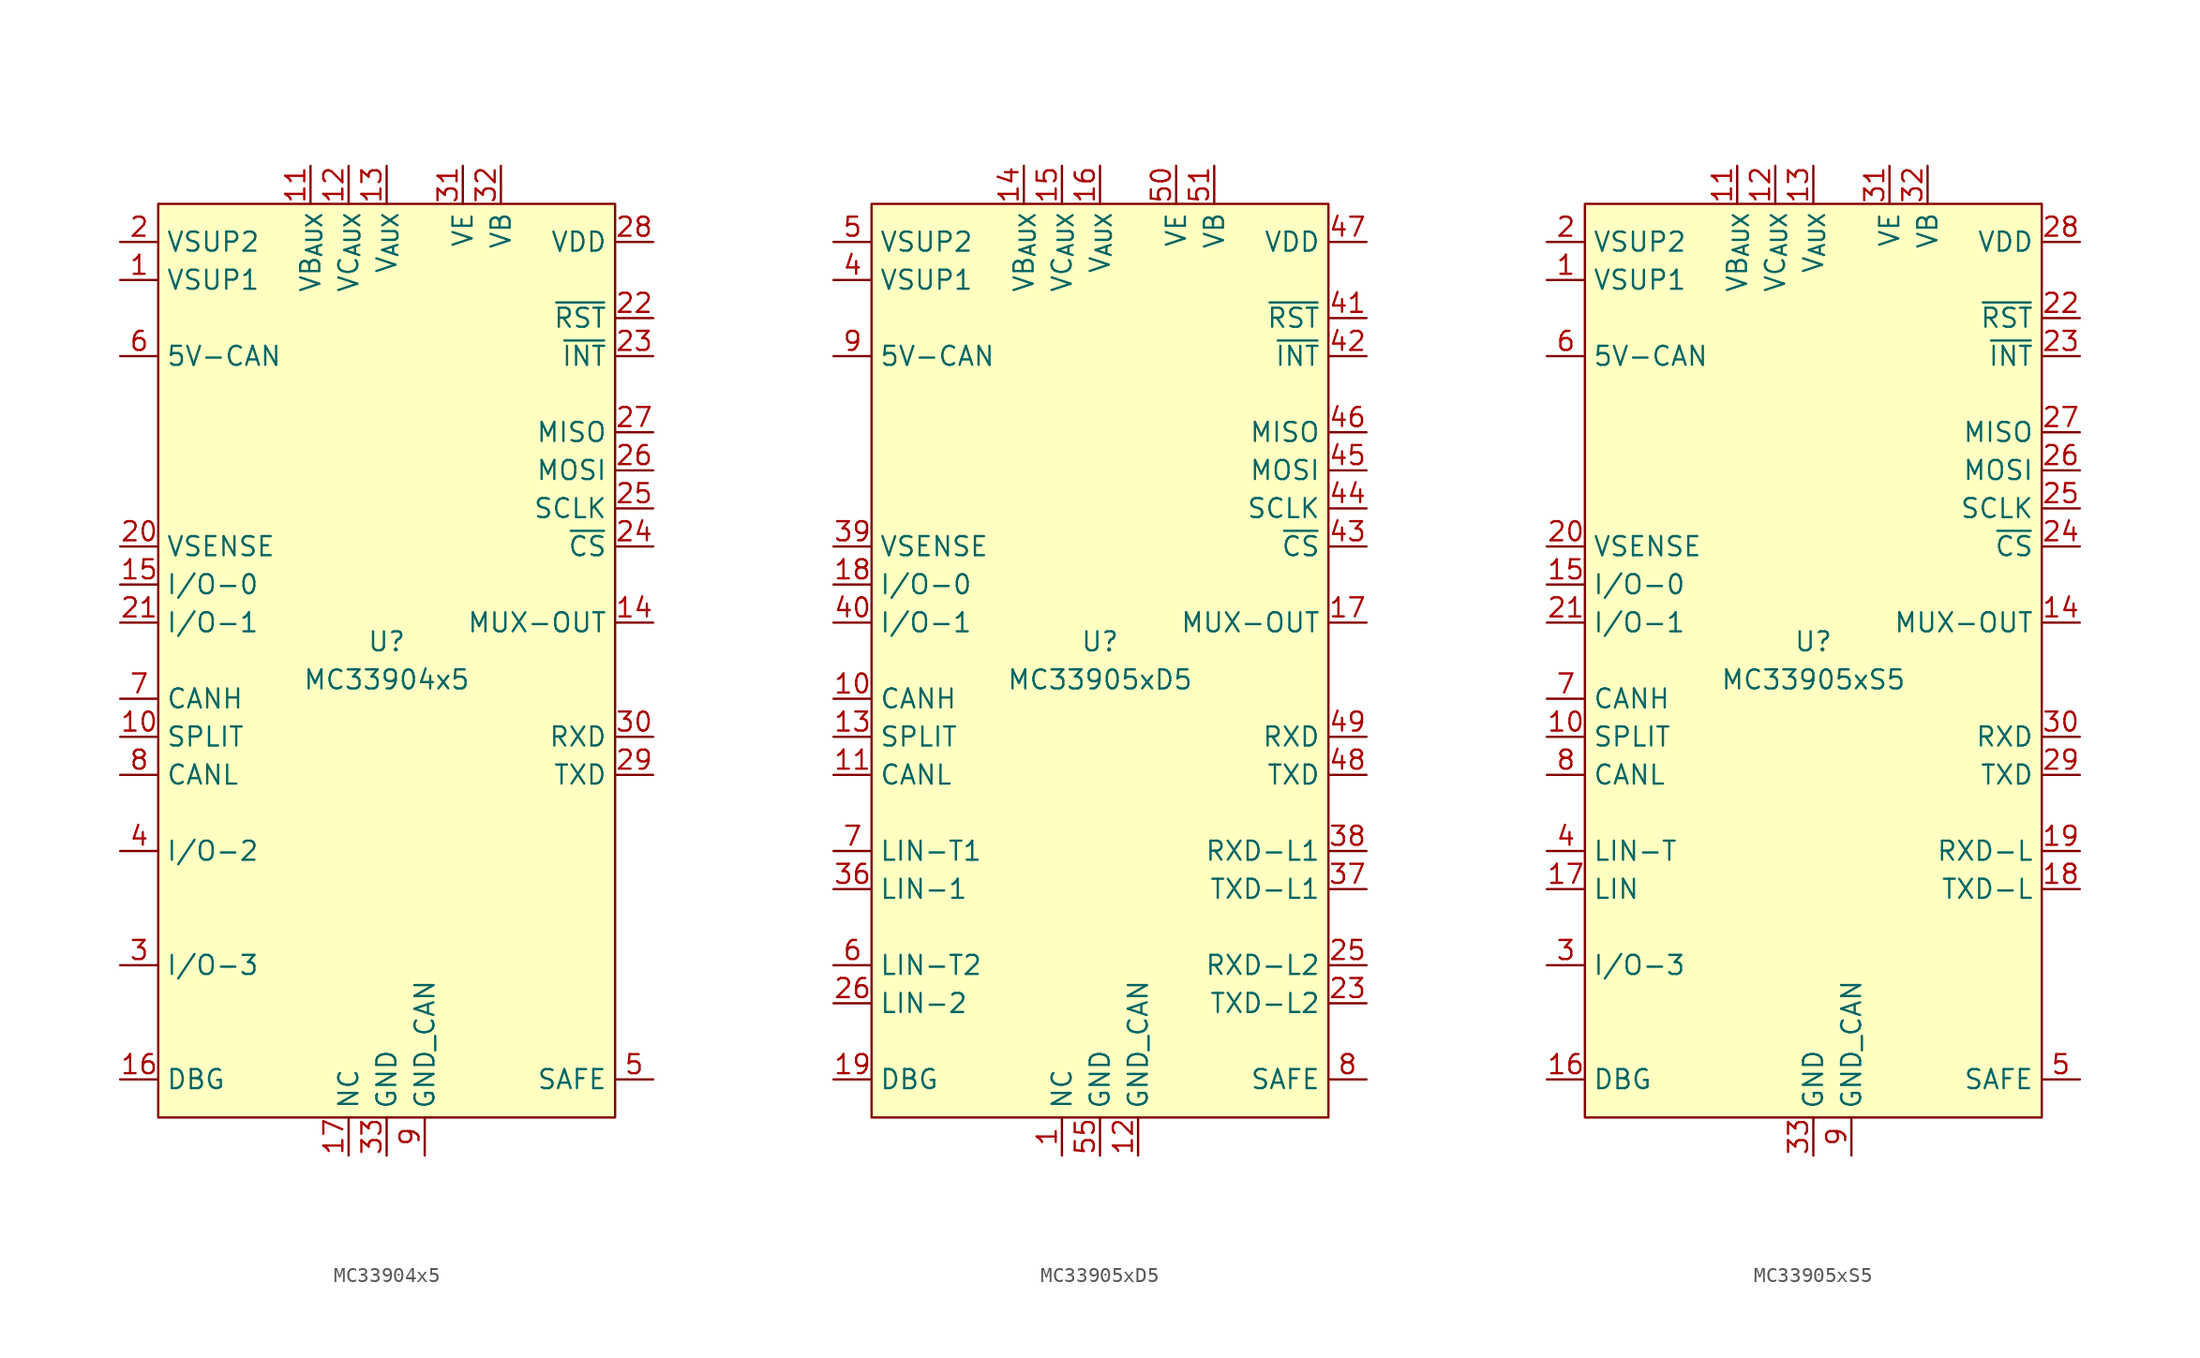
<source format=kicad_sym>
(kicad_symbol_lib
  (version 20211014)
  (generator kicad_symbol_editor)
  (symbol "MC33904x5"
    (property "Reference" "U"
      (at 0 1.27 0)
      (effects (font (size 1.27 1.27))))
    (property "Value" "MC33904x5"
      (at 0 -1.27 0)
      (effects (font (size 1.27 1.27))))
    (symbol "MC33904x5_0_0"
      (pin power_in line (at -17.78 25.4 0) (length 2.54) (name "VSUP1" (effects (font (size 1.27 1.27)))) (number "1" (effects (font (size 1.27 1.27)))))
      (pin output line (at -17.78 -5.08 0) (length 2.54) (name "SPLIT" (effects (font (size 1.27 1.27)))) (number "10" (effects (font (size 1.27 1.27)))))
      (pin output line (at -5.08 33.02 270) (length 2.54) (name "VB_{AUX}" (effects (font (size 1.27 1.27)))) (number "11" (effects (font (size 1.27 1.27)))))
      (pin input line (at -2.54 33.02 270) (length 2.54) (name "VC_{AUX}" (effects (font (size 1.27 1.27)))) (number "12" (effects (font (size 1.27 1.27)))))
      (pin power_out line (at 0 33.02 270) (length 2.54) (name "V_{AUX}" (effects (font (size 1.27 1.27)))) (number "13" (effects (font (size 1.27 1.27)))))
      (pin output line (at 17.78 2.54 180) (length 2.54) (name "MUX-OUT" (effects (font (size 1.27 1.27)))) (number "14" (effects (font (size 1.27 1.27)))))
      (pin bidirectional line (at -17.78 5.08 0) (length 2.54) (name "I/O-0" (effects (font (size 1.27 1.27)))) (number "15" (effects (font (size 1.27 1.27)))))
      (pin input line (at -17.78 -27.94 0) (length 2.54) (name "DBG" (effects (font (size 1.27 1.27)))) (number "16" (effects (font (size 1.27 1.27)))))
      (pin passive line (at -2.54 -33.02 90) (length 2.54) (name "NC" (effects (font (size 1.27 1.27)))) (number "17" (effects (font (size 1.27 1.27)))))
      (pin passive line (at -2.54 -33.02 90) (length 2.54) hide (name "NC" (effects (font (size 1.27 1.27)))) (number "18" (effects (font (size 1.27 1.27)))))
      (pin passive line (at -2.54 -33.02 90) (length 2.54) hide (name "NC" (effects (font (size 1.27 1.27)))) (number "19" (effects (font (size 1.27 1.27)))))
      (pin power_in line (at -17.78 27.94 0) (length 2.54) (name "VSUP2" (effects (font (size 1.27 1.27)))) (number "2" (effects (font (size 1.27 1.27)))))
      (pin input line (at -17.78 7.62 0) (length 2.54) (name "VSENSE" (effects (font (size 1.27 1.27)))) (number "20" (effects (font (size 1.27 1.27)))))
      (pin bidirectional line (at -17.78 2.54 0) (length 2.54) (name "I/O-1" (effects (font (size 1.27 1.27)))) (number "21" (effects (font (size 1.27 1.27)))))
      (pin output line (at 17.78 22.86 180) (length 2.54) (name "~{RST}" (effects (font (size 1.27 1.27)))) (number "22" (effects (font (size 1.27 1.27)))))
      (pin output line (at 17.78 20.32 180) (length 2.54) (name "~{INT}" (effects (font (size 1.27 1.27)))) (number "23" (effects (font (size 1.27 1.27)))))
      (pin input line (at 17.78 7.62 180) (length 2.54) (name "~{CS}" (effects (font (size 1.27 1.27)))) (number "24" (effects (font (size 1.27 1.27)))))
      (pin input line (at 17.78 10.16 180) (length 2.54) (name "SCLK" (effects (font (size 1.27 1.27)))) (number "25" (effects (font (size 1.27 1.27)))))
      (pin input line (at 17.78 12.7 180) (length 2.54) (name "MOSI" (effects (font (size 1.27 1.27)))) (number "26" (effects (font (size 1.27 1.27)))))
      (pin output line (at 17.78 15.24 180) (length 2.54) (name "MISO" (effects (font (size 1.27 1.27)))) (number "27" (effects (font (size 1.27 1.27)))))
      (pin power_out line (at 17.78 27.94 180) (length 2.54) (name "VDD" (effects (font (size 1.27 1.27)))) (number "28" (effects (font (size 1.27 1.27)))))
      (pin input line (at 17.78 -7.62 180) (length 2.54) (name "TXD" (effects (font (size 1.27 1.27)))) (number "29" (effects (font (size 1.27 1.27)))))
      (pin bidirectional line (at -17.78 -20.32 0) (length 2.54) (name "I/O-3" (effects (font (size 1.27 1.27)))) (number "3" (effects (font (size 1.27 1.27)))))
      (pin output line (at 17.78 -5.08 180) (length 2.54) (name "RXD" (effects (font (size 1.27 1.27)))) (number "30" (effects (font (size 1.27 1.27)))))
      (pin output line (at 5.08 33.02 270) (length 2.54) (name "VE" (effects (font (size 1.27 1.27)))) (number "31" (effects (font (size 1.27 1.27)))))
      (pin output line (at 7.62 33.02 270) (length 2.54) (name "VB" (effects (font (size 1.27 1.27)))) (number "32" (effects (font (size 1.27 1.27)))))
      (pin power_in line (at 0 -33.02 90) (length 2.54) (name "GND" (effects (font (size 1.27 1.27)))) (number "33" (effects (font (size 1.27 1.27)))))
      (pin bidirectional line (at -17.78 -12.7 0) (length 2.54) (name "I/O-2" (effects (font (size 1.27 1.27)))) (number "4" (effects (font (size 1.27 1.27)))))
      (pin output line (at 17.78 -27.94 180) (length 2.54) (name "SAFE" (effects (font (size 1.27 1.27)))) (number "5" (effects (font (size 1.27 1.27)))))
      (pin passive line (at -17.78 20.32 0) (length 2.54) (name "5V-CAN" (effects (font (size 1.27 1.27)))) (number "6" (effects (font (size 1.27 1.27)))))
      (pin bidirectional line (at -17.78 -2.54 0) (length 2.54) (name "CANH" (effects (font (size 1.27 1.27)))) (number "7" (effects (font (size 1.27 1.27)))))
      (pin bidirectional line (at -17.78 -7.62 0) (length 2.54) (name "CANL" (effects (font (size 1.27 1.27)))) (number "8" (effects (font (size 1.27 1.27)))))
      (pin power_in line (at 2.54 -33.02 90) (length 2.54) (name "GND_CAN" (effects (font (size 1.27 1.27)))) (number "9" (effects (font (size 1.27 1.27))))))
    (symbol "MC33904x5_0_1"
      (rectangle (start -15.24 30.48) (end 15.24 -30.48) (stroke (width 0.152) (type default) (color 0 0 0 0)) (fill (type background)))))
  (symbol "MC33905xD5"
    (property "Reference" "U"
      (at 0 1.27 0)
      (effects (font (size 1.27 1.27))))
    (property "Value" "MC33905xD5"
      (at 0 -1.27 0)
      (effects (font (size 1.27 1.27))))
    (symbol "MC33905xD5_0_0"
      (pin passive line (at -2.54 -33.02 90) (length 2.54) (name "NC" (effects (font (size 1.27 1.27)))) (number "1" (effects (font (size 1.27 1.27)))))
      (pin bidirectional line (at -17.78 -2.54 0) (length 2.54) (name "CANH" (effects (font (size 1.27 1.27)))) (number "10" (effects (font (size 1.27 1.27)))))
      (pin bidirectional line (at -17.78 -7.62 0) (length 2.54) (name "CANL" (effects (font (size 1.27 1.27)))) (number "11" (effects (font (size 1.27 1.27)))))
      (pin power_in line (at 2.54 -33.02 90) (length 2.54) (name "GND_CAN" (effects (font (size 1.27 1.27)))) (number "12" (effects (font (size 1.27 1.27)))))
      (pin output line (at -17.78 -5.08 0) (length 2.54) (name "SPLIT" (effects (font (size 1.27 1.27)))) (number "13" (effects (font (size 1.27 1.27)))))
      (pin output line (at -5.08 33.02 270) (length 2.54) (name "VB_{AUX}" (effects (font (size 1.27 1.27)))) (number "14" (effects (font (size 1.27 1.27)))))
      (pin input line (at -2.54 33.02 270) (length 2.54) (name "VC_{AUX}" (effects (font (size 1.27 1.27)))) (number "15" (effects (font (size 1.27 1.27)))))
      (pin power_out line (at 0 33.02 270) (length 2.54) (name "V_{AUX}" (effects (font (size 1.27 1.27)))) (number "16" (effects (font (size 1.27 1.27)))))
      (pin output line (at 17.78 2.54 180) (length 2.54) (name "MUX-OUT" (effects (font (size 1.27 1.27)))) (number "17" (effects (font (size 1.27 1.27)))))
      (pin bidirectional line (at -17.78 5.08 0) (length 2.54) (name "I/O-0" (effects (font (size 1.27 1.27)))) (number "18" (effects (font (size 1.27 1.27)))))
      (pin input line (at -17.78 -27.94 0) (length 2.54) (name "DBG" (effects (font (size 1.27 1.27)))) (number "19" (effects (font (size 1.27 1.27)))))
      (pin passive line (at -2.54 -33.02 90) (length 2.54) hide (name "NC" (effects (font (size 1.27 1.27)))) (number "2" (effects (font (size 1.27 1.27)))))
      (pin passive line (at -2.54 -33.02 90) (length 2.54) hide (name "NC" (effects (font (size 1.27 1.27)))) (number "20" (effects (font (size 1.27 1.27)))))
      (pin passive line (at -2.54 -33.02 90) (length 2.54) hide (name "NC" (effects (font (size 1.27 1.27)))) (number "21" (effects (font (size 1.27 1.27)))))
      (pin passive line (at -2.54 -33.02 90) (length 2.54) hide (name "NC" (effects (font (size 1.27 1.27)))) (number "22" (effects (font (size 1.27 1.27)))))
      (pin input line (at 17.78 -22.86 180) (length 2.54) (name "TXD-L2" (effects (font (size 1.27 1.27)))) (number "23" (effects (font (size 1.27 1.27)))))
      (pin passive line (at 0 -33.02 90) (length 2.54) hide (name "GND" (effects (font (size 1.27 1.27)))) (number "24" (effects (font (size 1.27 1.27)))))
      (pin output line (at 17.78 -20.32 180) (length 2.54) (name "RXD-L2" (effects (font (size 1.27 1.27)))) (number "25" (effects (font (size 1.27 1.27)))))
      (pin bidirectional line (at -17.78 -22.86 0) (length 2.54) (name "LIN-2" (effects (font (size 1.27 1.27)))) (number "26" (effects (font (size 1.27 1.27)))))
      (pin passive line (at -2.54 -33.02 90) (length 2.54) hide (name "NC" (effects (font (size 1.27 1.27)))) (number "27" (effects (font (size 1.27 1.27)))))
      (pin passive line (at -2.54 -33.02 90) (length 2.54) hide (name "NC" (effects (font (size 1.27 1.27)))) (number "28" (effects (font (size 1.27 1.27)))))
      (pin passive line (at -2.54 -33.02 90) (length 2.54) hide (name "NC" (effects (font (size 1.27 1.27)))) (number "29" (effects (font (size 1.27 1.27)))))
      (pin passive line (at -2.54 -33.02 90) (length 2.54) hide (name "NC" (effects (font (size 1.27 1.27)))) (number "3" (effects (font (size 1.27 1.27)))))
      (pin passive line (at -2.54 -33.02 90) (length 2.54) hide (name "NC" (effects (font (size 1.27 1.27)))) (number "30" (effects (font (size 1.27 1.27)))))
      (pin passive line (at 0 -33.02 90) (length 2.54) hide (name "GND" (effects (font (size 1.27 1.27)))) (number "31" (effects (font (size 1.27 1.27)))))
      (pin passive line (at -2.54 -33.02 90) (length 2.54) hide (name "NC" (effects (font (size 1.27 1.27)))) (number "32" (effects (font (size 1.27 1.27)))))
      (pin passive line (at -2.54 -33.02 90) (length 2.54) hide (name "NC" (effects (font (size 1.27 1.27)))) (number "33" (effects (font (size 1.27 1.27)))))
      (pin passive line (at -2.54 -33.02 90) (length 2.54) hide (name "NC" (effects (font (size 1.27 1.27)))) (number "34" (effects (font (size 1.27 1.27)))))
      (pin passive line (at -2.54 -33.02 90) (length 2.54) hide (name "NC" (effects (font (size 1.27 1.27)))) (number "35" (effects (font (size 1.27 1.27)))))
      (pin bidirectional line (at -17.78 -15.24 0) (length 2.54) (name "LIN-1" (effects (font (size 1.27 1.27)))) (number "36" (effects (font (size 1.27 1.27)))))
      (pin input line (at 17.78 -15.24 180) (length 2.54) (name "TXD-L1" (effects (font (size 1.27 1.27)))) (number "37" (effects (font (size 1.27 1.27)))))
      (pin output line (at 17.78 -12.7 180) (length 2.54) (name "RXD-L1" (effects (font (size 1.27 1.27)))) (number "38" (effects (font (size 1.27 1.27)))))
      (pin input line (at -17.78 7.62 0) (length 2.54) (name "VSENSE" (effects (font (size 1.27 1.27)))) (number "39" (effects (font (size 1.27 1.27)))))
      (pin power_in line (at -17.78 25.4 0) (length 2.54) (name "VSUP1" (effects (font (size 1.27 1.27)))) (number "4" (effects (font (size 1.27 1.27)))))
      (pin bidirectional line (at -17.78 2.54 0) (length 2.54) (name "I/O-1" (effects (font (size 1.27 1.27)))) (number "40" (effects (font (size 1.27 1.27)))))
      (pin output line (at 17.78 22.86 180) (length 2.54) (name "~{RST}" (effects (font (size 1.27 1.27)))) (number "41" (effects (font (size 1.27 1.27)))))
      (pin output line (at 17.78 20.32 180) (length 2.54) (name "~{INT}" (effects (font (size 1.27 1.27)))) (number "42" (effects (font (size 1.27 1.27)))))
      (pin input line (at 17.78 7.62 180) (length 2.54) (name "~{CS}" (effects (font (size 1.27 1.27)))) (number "43" (effects (font (size 1.27 1.27)))))
      (pin input line (at 17.78 10.16 180) (length 2.54) (name "SCLK" (effects (font (size 1.27 1.27)))) (number "44" (effects (font (size 1.27 1.27)))))
      (pin input line (at 17.78 12.7 180) (length 2.54) (name "MOSI" (effects (font (size 1.27 1.27)))) (number "45" (effects (font (size 1.27 1.27)))))
      (pin output line (at 17.78 15.24 180) (length 2.54) (name "MISO" (effects (font (size 1.27 1.27)))) (number "46" (effects (font (size 1.27 1.27)))))
      (pin power_out line (at 17.78 27.94 180) (length 2.54) (name "VDD" (effects (font (size 1.27 1.27)))) (number "47" (effects (font (size 1.27 1.27)))))
      (pin input line (at 17.78 -7.62 180) (length 2.54) (name "TXD" (effects (font (size 1.27 1.27)))) (number "48" (effects (font (size 1.27 1.27)))))
      (pin output line (at 17.78 -5.08 180) (length 2.54) (name "RXD" (effects (font (size 1.27 1.27)))) (number "49" (effects (font (size 1.27 1.27)))))
      (pin power_in line (at -17.78 27.94 0) (length 2.54) (name "VSUP2" (effects (font (size 1.27 1.27)))) (number "5" (effects (font (size 1.27 1.27)))))
      (pin output line (at 5.08 33.02 270) (length 2.54) (name "VE" (effects (font (size 1.27 1.27)))) (number "50" (effects (font (size 1.27 1.27)))))
      (pin output line (at 7.62 33.02 270) (length 2.54) (name "VB" (effects (font (size 1.27 1.27)))) (number "51" (effects (font (size 1.27 1.27)))))
      (pin passive line (at -2.54 -33.02 90) (length 2.54) hide (name "NC" (effects (font (size 1.27 1.27)))) (number "52" (effects (font (size 1.27 1.27)))))
      (pin passive line (at -2.54 -33.02 90) (length 2.54) hide (name "NC" (effects (font (size 1.27 1.27)))) (number "53" (effects (font (size 1.27 1.27)))))
      (pin passive line (at -2.54 -33.02 90) (length 2.54) hide (name "NC" (effects (font (size 1.27 1.27)))) (number "54" (effects (font (size 1.27 1.27)))))
      (pin power_in line (at 0 -33.02 90) (length 2.54) (name "GND" (effects (font (size 1.27 1.27)))) (number "55" (effects (font (size 1.27 1.27)))))
      (pin bidirectional line (at -17.78 -20.32 0) (length 2.54) (name "LIN-T2" (effects (font (size 1.27 1.27)))) (number "6" (effects (font (size 1.27 1.27)))) (alternate "I/O-3" bidirectional line))
      (pin bidirectional line (at -17.78 -12.7 0) (length 2.54) (name "LIN-T1" (effects (font (size 1.27 1.27)))) (number "7" (effects (font (size 1.27 1.27)))) (alternate "I/O-2" bidirectional line))
      (pin output line (at 17.78 -27.94 180) (length 2.54) (name "SAFE" (effects (font (size 1.27 1.27)))) (number "8" (effects (font (size 1.27 1.27)))))
      (pin passive line (at -17.78 20.32 0) (length 2.54) (name "5V-CAN" (effects (font (size 1.27 1.27)))) (number "9" (effects (font (size 1.27 1.27))))))
    (symbol "MC33905xD5_0_1"
      (rectangle (start -15.24 30.48) (end 15.24 -30.48) (stroke (width 0.152) (type default) (color 0 0 0 0)) (fill (type background)))))
  (symbol "MC33905xS5"
    (property "Reference" "U"
      (at 0 1.27 0)
      (effects (font (size 1.27 1.27))))
    (property "Value" "MC33905xS5"
      (at 0 -1.27 0)
      (effects (font (size 1.27 1.27))))
    (symbol "MC33905xS5_0_0"
      (pin power_in line (at -17.78 25.4 0) (length 2.54) (name "VSUP1" (effects (font (size 1.27 1.27)))) (number "1" (effects (font (size 1.27 1.27)))))
      (pin output line (at -17.78 -5.08 0) (length 2.54) (name "SPLIT" (effects (font (size 1.27 1.27)))) (number "10" (effects (font (size 1.27 1.27)))))
      (pin output line (at -5.08 33.02 270) (length 2.54) (name "VB_{AUX}" (effects (font (size 1.27 1.27)))) (number "11" (effects (font (size 1.27 1.27)))))
      (pin input line (at -2.54 33.02 270) (length 2.54) (name "VC_{AUX}" (effects (font (size 1.27 1.27)))) (number "12" (effects (font (size 1.27 1.27)))))
      (pin power_out line (at 0 33.02 270) (length 2.54) (name "V_{AUX}" (effects (font (size 1.27 1.27)))) (number "13" (effects (font (size 1.27 1.27)))))
      (pin output line (at 17.78 2.54 180) (length 2.54) (name "MUX-OUT" (effects (font (size 1.27 1.27)))) (number "14" (effects (font (size 1.27 1.27)))))
      (pin bidirectional line (at -17.78 5.08 0) (length 2.54) (name "I/O-0" (effects (font (size 1.27 1.27)))) (number "15" (effects (font (size 1.27 1.27)))))
      (pin input line (at -17.78 -27.94 0) (length 2.54) (name "DBG" (effects (font (size 1.27 1.27)))) (number "16" (effects (font (size 1.27 1.27)))))
      (pin bidirectional line (at -17.78 -15.24 0) (length 2.54) (name "LIN" (effects (font (size 1.27 1.27)))) (number "17" (effects (font (size 1.27 1.27)))))
      (pin input line (at 17.78 -15.24 180) (length 2.54) (name "TXD-L" (effects (font (size 1.27 1.27)))) (number "18" (effects (font (size 1.27 1.27)))))
      (pin output line (at 17.78 -12.7 180) (length 2.54) (name "RXD-L" (effects (font (size 1.27 1.27)))) (number "19" (effects (font (size 1.27 1.27)))))
      (pin power_in line (at -17.78 27.94 0) (length 2.54) (name "VSUP2" (effects (font (size 1.27 1.27)))) (number "2" (effects (font (size 1.27 1.27)))))
      (pin input line (at -17.78 7.62 0) (length 2.54) (name "VSENSE" (effects (font (size 1.27 1.27)))) (number "20" (effects (font (size 1.27 1.27)))))
      (pin bidirectional line (at -17.78 2.54 0) (length 2.54) (name "I/O-1" (effects (font (size 1.27 1.27)))) (number "21" (effects (font (size 1.27 1.27)))))
      (pin output line (at 17.78 22.86 180) (length 2.54) (name "~{RST}" (effects (font (size 1.27 1.27)))) (number "22" (effects (font (size 1.27 1.27)))))
      (pin output line (at 17.78 20.32 180) (length 2.54) (name "~{INT}" (effects (font (size 1.27 1.27)))) (number "23" (effects (font (size 1.27 1.27)))))
      (pin input line (at 17.78 7.62 180) (length 2.54) (name "~{CS}" (effects (font (size 1.27 1.27)))) (number "24" (effects (font (size 1.27 1.27)))))
      (pin input line (at 17.78 10.16 180) (length 2.54) (name "SCLK" (effects (font (size 1.27 1.27)))) (number "25" (effects (font (size 1.27 1.27)))))
      (pin input line (at 17.78 12.7 180) (length 2.54) (name "MOSI" (effects (font (size 1.27 1.27)))) (number "26" (effects (font (size 1.27 1.27)))))
      (pin output line (at 17.78 15.24 180) (length 2.54) (name "MISO" (effects (font (size 1.27 1.27)))) (number "27" (effects (font (size 1.27 1.27)))))
      (pin power_out line (at 17.78 27.94 180) (length 2.54) (name "VDD" (effects (font (size 1.27 1.27)))) (number "28" (effects (font (size 1.27 1.27)))))
      (pin input line (at 17.78 -7.62 180) (length 2.54) (name "TXD" (effects (font (size 1.27 1.27)))) (number "29" (effects (font (size 1.27 1.27)))))
      (pin bidirectional line (at -17.78 -20.32 0) (length 2.54) (name "I/O-3" (effects (font (size 1.27 1.27)))) (number "3" (effects (font (size 1.27 1.27)))))
      (pin output line (at 17.78 -5.08 180) (length 2.54) (name "RXD" (effects (font (size 1.27 1.27)))) (number "30" (effects (font (size 1.27 1.27)))))
      (pin output line (at 5.08 33.02 270) (length 2.54) (name "VE" (effects (font (size 1.27 1.27)))) (number "31" (effects (font (size 1.27 1.27)))))
      (pin output line (at 7.62 33.02 270) (length 2.54) (name "VB" (effects (font (size 1.27 1.27)))) (number "32" (effects (font (size 1.27 1.27)))))
      (pin power_in line (at 0 -33.02 90) (length 2.54) (name "GND" (effects (font (size 1.27 1.27)))) (number "33" (effects (font (size 1.27 1.27)))))
      (pin bidirectional line (at -17.78 -12.7 0) (length 2.54) (name "LIN-T" (effects (font (size 1.27 1.27)))) (number "4" (effects (font (size 1.27 1.27)))) (alternate "I/O-2" bidirectional line))
      (pin output line (at 17.78 -27.94 180) (length 2.54) (name "SAFE" (effects (font (size 1.27 1.27)))) (number "5" (effects (font (size 1.27 1.27)))))
      (pin passive line (at -17.78 20.32 0) (length 2.54) (name "5V-CAN" (effects (font (size 1.27 1.27)))) (number "6" (effects (font (size 1.27 1.27)))))
      (pin bidirectional line (at -17.78 -2.54 0) (length 2.54) (name "CANH" (effects (font (size 1.27 1.27)))) (number "7" (effects (font (size 1.27 1.27)))))
      (pin bidirectional line (at -17.78 -7.62 0) (length 2.54) (name "CANL" (effects (font (size 1.27 1.27)))) (number "8" (effects (font (size 1.27 1.27)))))
      (pin power_in line (at 2.54 -33.02 90) (length 2.54) (name "GND_CAN" (effects (font (size 1.27 1.27)))) (number "9" (effects (font (size 1.27 1.27))))))
    (symbol "MC33905xS5_0_1"
      (rectangle (start -15.24 30.48) (end 15.24 -30.48) (stroke (width 0.152) (type default) (color 0 0 0 0)) (fill (type background))))))
</source>
